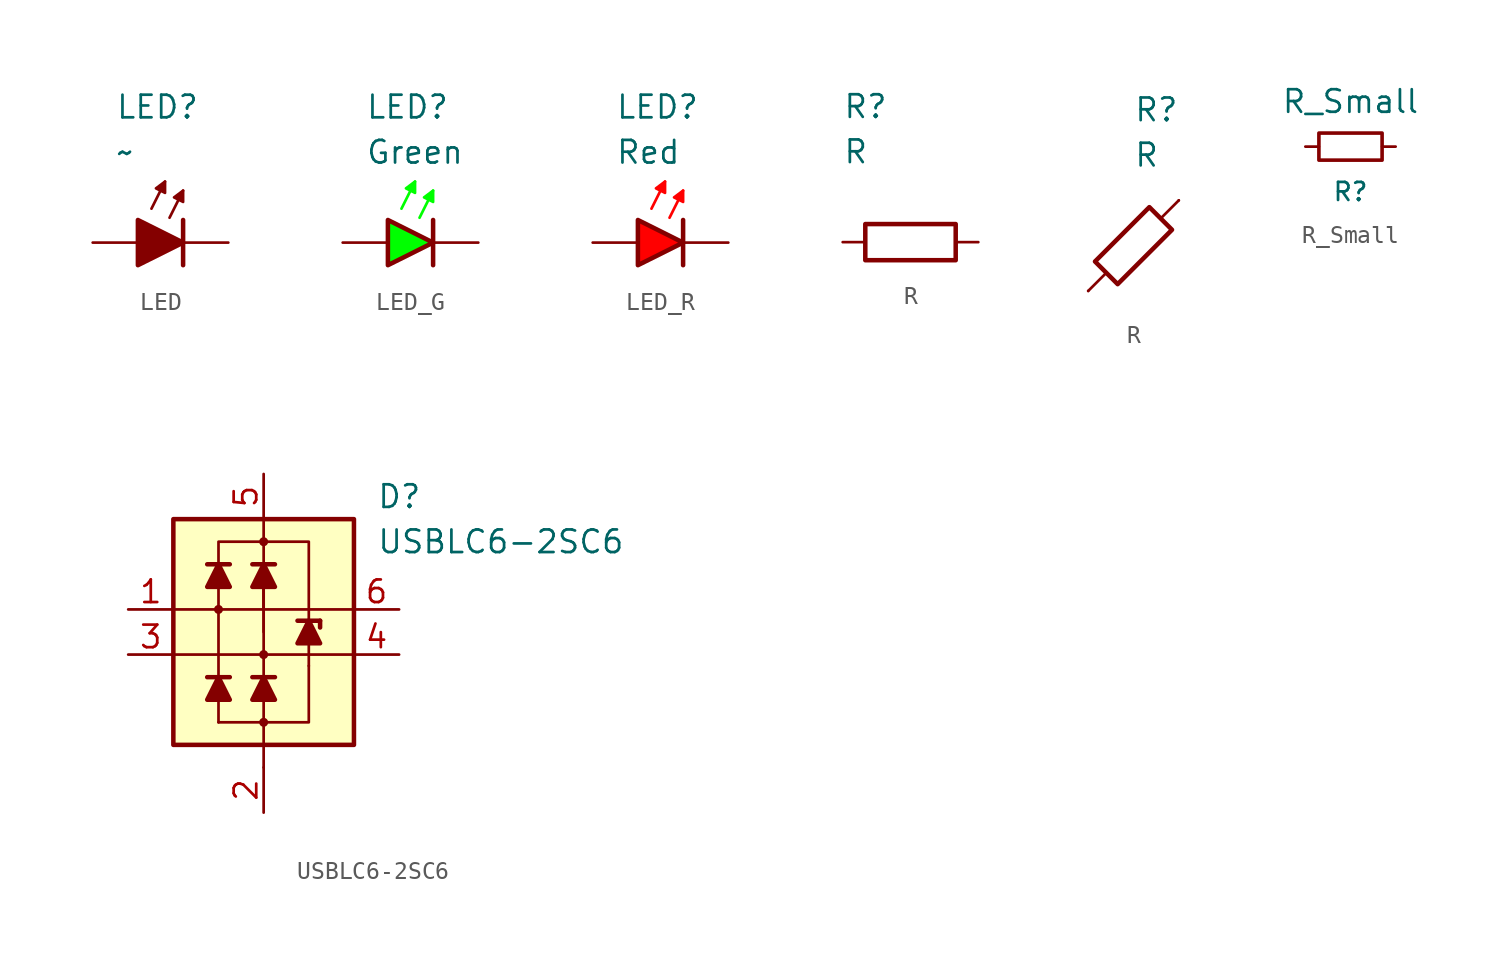
<source format=kicad_sym>
(kicad_symbol_lib
  (version 20241209)
  (generator "kicad_symbol_editor")
  (generator_version "9.0")
  (symbol "LED"
    (pin_numbers
      (hide yes))
    (pin_names
      (offset 1.016)
      (hide yes))
    (property "Reference" "LED"
      (at 1.27 7.62 0)
      (effects (font (size 1.27 1.27)) (justify left)))
    (property "Value" "~"
      (at 1.27 5.08 0)
      (effects (font (size 1.27 1.27)) (justify left)))
    (symbol "LED_0_1"
      (polyline (pts (xy 2.54 1.27) (xy 2.54 -1.27) (xy 5.08 0) (xy 2.54 1.27)) (stroke (width 0.254) (type default)) (fill (type outline)))
      (polyline (pts (xy 3.302 1.905) (xy 4.064 3.429)) (stroke (width 0.152) (type default)) (fill (type none)))
      (polyline (pts (xy 4.064 2.794) (xy 3.556 3.048) (xy 4.064 3.429) (xy 4.064 2.794)) (stroke (width 0) (type solid)) (fill (type outline)))
      (polyline (pts (xy 4.318 1.397) (xy 5.08 2.921)) (stroke (width 0.152) (type default)) (fill (type none)))
      (polyline (pts (xy 5.08 2.286) (xy 4.572 2.54) (xy 5.08 2.921) (xy 5.08 2.286)) (stroke (width 0.152) (type default)) (fill (type outline)))
      (polyline (pts (xy 5.08 1.27) (xy 5.08 -1.27)) (stroke (width 0.254) (type default)) (fill (type none))))
    (symbol "LED_1_1"
      (pin passive line (at 0 0 0) (length 2.54) (name "A" (effects (font (size 1.27 1.27)))) (number "2" (effects (font (size 1.27 1.27)))))
      (pin passive line (at 7.62 0 180) (length 2.54) (name "K" (effects (font (size 1.27 1.27)))) (number "1" (effects (font (size 1.27 1.27)))))))
  (symbol "LED_G"
    (pin_numbers
      (hide yes))
    (pin_names
      (offset 1.016)
      (hide yes))
    (property "Reference" "LED"
      (at 1.27 7.62 0)
      (effects (font (size 1.27 1.27)) (justify left)))
    (property "Value" "Green"
      (at 1.27 5.08 0)
      (effects (font (size 1.27 1.27)) (justify left)))
    (symbol "LED_G_0_1"
      (polyline (pts (xy 2.54 1.27) (xy 2.54 -1.27) (xy 5.08 0) (xy 2.54 1.27)) (stroke (width 0.254) (type default)) (fill (type color) (color 0 255 0 1)))
      (polyline (pts (xy 3.302 1.905) (xy 4.064 3.429)) (stroke (width 0.152) (type default) (color 0 255 0 1)) (fill (type none)))
      (polyline (pts (xy 4.064 2.794) (xy 3.556 3.048) (xy 4.064 3.429) (xy 4.064 2.794)) (stroke (width 0) (type solid) (color 0 255 0 1)) (fill (type outline)))
      (polyline (pts (xy 4.318 1.397) (xy 5.08 2.921)) (stroke (width 0.152) (type default) (color 0 255 0 1)) (fill (type none)))
      (polyline (pts (xy 5.08 2.286) (xy 4.572 2.54) (xy 5.08 2.921) (xy 5.08 2.286)) (stroke (width 0.152) (type default) (color 0 255 0 1)) (fill (type outline)))
      (polyline (pts (xy 5.08 1.27) (xy 5.08 -1.27)) (stroke (width 0.254) (type default)) (fill (type none))))
    (symbol "LED_G_1_1"
      (pin passive line (at 0 0 0) (length 2.54) (name "A" (effects (font (size 1.27 1.27)))) (number "2" (effects (font (size 1.27 1.27)))))
      (pin passive line (at 7.62 0 180) (length 2.54) (name "K" (effects (font (size 1.27 1.27)))) (number "1" (effects (font (size 1.27 1.27)))))))
  (symbol "LED_R"
    (pin_numbers
      (hide yes))
    (pin_names
      (offset 1.016)
      (hide yes))
    (property "Reference" "LED"
      (at 1.27 7.62 0)
      (effects (font (size 1.27 1.27)) (justify left)))
    (property "Value" "Red"
      (at 1.27 5.08 0)
      (effects (font (size 1.27 1.27)) (justify left)))
    (symbol "LED_R_0_1"
      (polyline (pts (xy 2.54 1.27) (xy 2.54 -1.27) (xy 5.08 0) (xy 2.54 1.27)) (stroke (width 0.254) (type default)) (fill (type color) (color 255 0 0 1)))
      (polyline (pts (xy 3.302 1.905) (xy 4.064 3.429)) (stroke (width 0.152) (type default) (color 255 0 0 1)) (fill (type none)))
      (polyline (pts (xy 4.064 2.794) (xy 3.556 3.048) (xy 4.064 3.429) (xy 4.064 2.794)) (stroke (width 0) (type solid) (color 255 0 0 1)) (fill (type outline)))
      (polyline (pts (xy 4.318 1.397) (xy 5.08 2.921)) (stroke (width 0.152) (type default) (color 255 0 0 1)) (fill (type none)))
      (polyline (pts (xy 5.08 2.286) (xy 4.572 2.54) (xy 5.08 2.921) (xy 5.08 2.286)) (stroke (width 0.152) (type default) (color 255 0 0 1)) (fill (type outline)))
      (polyline (pts (xy 5.08 1.27) (xy 5.08 -1.27)) (stroke (width 0.254) (type default)) (fill (type none))))
    (symbol "LED_R_1_1"
      (pin passive line (at 0 0 0) (length 2.54) (name "A" (effects (font (size 1.27 1.27)))) (number "2" (effects (font (size 1.27 1.27)))))
      (pin passive line (at 7.62 0 180) (length 2.54) (name "K" (effects (font (size 1.27 1.27)))) (number "1" (effects (font (size 1.27 1.27)))))))
  (symbol "R"
    (pin_numbers
      (hide yes))
    (pin_names
      (offset 0))
    (property "Reference" "R"
      (at 0 7.62 0)
      (effects (font (size 1.27 1.27)) (justify left)))
    (property "Value" "R"
      (at 0 5.08 0)
      (effects (font (size 1.27 1.27)) (justify left)))
    (symbol "R_0_1"
      (rectangle (start 1.27 -1.016) (end 6.35 1.016) (stroke (width 0.254) (type default)) (fill (type none))))
    (symbol "R_0_2"
      (polyline (pts (xy -2.54 -2.54) (xy -1.524 -1.524)) (stroke (width 0) (type default)) (fill (type none)))
      (polyline (pts (xy 1.524 1.524) (xy 2.54 2.54)) (stroke (width 0) (type default)) (fill (type none)))
      (polyline (pts (xy 1.524 1.524) (xy 0.889 2.159) (xy -2.159 -0.889) (xy -0.889 -2.159) (xy 2.159 0.889) (xy 1.524 1.524)) (stroke (width 0.254) (type default)) (fill (type none))))
    (symbol "R_1_1"
      (pin passive line (at 0 0 0) (length 1.27) (name "~" (effects (font (size 1.27 1.27)))) (number "1" (effects (font (size 1.27 1.27)))))
      (pin passive line (at 7.62 0 180) (length 1.27) (name "~" (effects (font (size 1.27 1.27)))) (number "2" (effects (font (size 1.27 1.27))))))
    (symbol "R_1_2"
      (pin passive line (at -2.54 -2.54 0) (length 0) (name "" (effects (font (size 1.27 1.27)))) (number "2" (effects (font (size 1.27 1.27)))))
      (pin passive line (at 2.54 2.54 180) (length 0) (name "" (effects (font (size 1.27 1.27)))) (number "1" (effects (font (size 1.27 1.27)))))))
  (symbol "R_Small"
    (pin_numbers
      (hide yes))
    (pin_names
      (offset 0.254)
      (hide yes))
    (property "Reference" "R"
      (at 2.54 -2.54 0)
      (effects (font (size 1.016 1.016))))
    (property "Value" "R_Small"
      (at 2.54 2.54 0)
      (effects (font (size 1.27 1.27))))
    (symbol "R_Small_0_1"
      (rectangle (start 0.762 -0.762) (end 4.318 0.762) (stroke (width 0.203) (type default)) (fill (type none))))
    (symbol "R_Small_1_1"
      (pin passive line (at 0 0 0) (length 0.762) (name "~" (effects (font (size 1.27 1.27)))) (number "1" (effects (font (size 1.27 1.27)))))
      (pin passive line (at 5.08 0 180) (length 0.762) (name "~" (effects (font (size 1.27 1.27)))) (number "2" (effects (font (size 1.27 1.27)))))))
  (symbol "USBLC6-2SC6"
    (pin_names
      (offset 1.016)
      (hide yes))
    (property "Reference" "D"
      (at 11.43 13.97 0)
      (effects (font (size 1.27 1.27)) (justify left)))
    (property "Value" "USBLC6-2SC6"
      (at 11.43 11.43 0)
      (effects (font (size 1.27 1.27)) (justify left)))
    (symbol "USBLC6-2SC6_0_1"
      (rectangle (start 0 12.7) (end 10.16 0) (stroke (width 0.254) (type default)) (fill (type background)))
      (polyline (pts (xy 0 7.62) (xy 10.16 7.62)) (stroke (width 0) (type default)) (fill (type none)))
      (polyline (pts (xy 0 5.08) (xy 10.16 5.08)) (stroke (width 0) (type default)) (fill (type none)))
      (polyline (pts (xy 2.54 10.16) (xy 3.175 8.89) (xy 1.905 8.89) (xy 2.54 10.16)) (stroke (width 0.254) (type default)) (fill (type outline)))
      (polyline (pts (xy 2.54 3.81) (xy 3.175 2.54) (xy 1.905 2.54) (xy 2.54 3.81)) (stroke (width 0.254) (type default)) (fill (type outline)))
      (polyline (pts (xy 2.54 1.27) (xy 2.54 8.89)) (stroke (width 0) (type default)) (fill (type none)))
      (polyline (pts (xy 2.54 1.27) (xy 2.54 1.27) (xy 7.62 1.27) (xy 7.62 4.445)) (stroke (width 0) (type default)) (fill (type none)))
      (polyline (pts (xy 3.175 10.16) (xy 1.905 10.16)) (stroke (width 0.254) (type default)) (fill (type none)))
      (polyline (pts (xy 3.175 3.81) (xy 1.905 3.81)) (stroke (width 0.254) (type default)) (fill (type none)))
      (polyline (pts (xy 5.08 12.7) (xy 5.08 11.43)) (stroke (width 0) (type default)) (fill (type none)))
      (polyline (pts (xy 5.08 10.16) (xy 5.08 11.43)) (stroke (width 0) (type default)) (fill (type none)))
      (polyline (pts (xy 5.08 10.16) (xy 5.715 8.89) (xy 4.445 8.89) (xy 5.08 10.16)) (stroke (width 0.254) (type default)) (fill (type outline)))
      (polyline (pts (xy 5.08 8.89) (xy 5.08 3.81)) (stroke (width 0) (type default)) (fill (type none)))
      (polyline (pts (xy 5.08 6.35) (xy 5.08 8.89)) (stroke (width 0) (type default)) (fill (type none)))
      (polyline (pts (xy 5.08 3.81) (xy 5.715 2.54) (xy 4.445 2.54) (xy 5.08 3.81)) (stroke (width 0.254) (type default)) (fill (type outline)))
      (polyline (pts (xy 5.08 0) (xy 5.08 1.27)) (stroke (width 0) (type default)) (fill (type none)))
      (polyline (pts (xy 5.08 -1.27) (xy 5.08 0)) (stroke (width 0) (type default)) (fill (type none)))
      (polyline (pts (xy 5.715 10.16) (xy 4.445 10.16)) (stroke (width 0.254) (type default)) (fill (type none)))
      (polyline (pts (xy 5.715 3.81) (xy 4.445 3.81)) (stroke (width 0.254) (type default)) (fill (type none)))
      (polyline (pts (xy 7.62 6.985) (xy 7.62 11.43) (xy 2.54 11.43) (xy 2.54 10.16)) (stroke (width 0) (type default)) (fill (type none)))
      (polyline (pts (xy 7.62 6.985) (xy 8.255 5.715) (xy 6.985 5.715) (xy 7.62 6.985)) (stroke (width 0.254) (type default)) (fill (type outline)))
      (polyline (pts (xy 8.255 6.985) (xy 6.985 6.985)) (stroke (width 0.254) (type default)) (fill (type none))))
    (symbol "USBLC6-2SC6_1_1"
      (circle (center 2.54 7.62) (radius 0.178) (stroke (width 0) (type default)) (fill (type outline)))
      (circle (center 5.08 11.43) (radius 0.178) (stroke (width 0) (type default)) (fill (type outline)))
      (polyline (pts (xy 5.08 7.62) (xy 5.08 10.16)) (stroke (width 0) (type default)) (fill (type none)))
      (circle (center 5.08 5.08) (radius 0.178) (stroke (width 0) (type default)) (fill (type outline)))
      (polyline (pts (xy 5.08 1.27) (xy 5.08 3.81)) (stroke (width 0) (type default)) (fill (type none)))
      (circle (center 5.08 1.27) (radius 0.178) (stroke (width 0) (type default)) (fill (type outline)))
      (polyline (pts (xy 7.62 4.445) (xy 7.62 6.985)) (stroke (width 0) (type default)) (fill (type none)))
      (polyline (pts (xy 8.255 6.985) (xy 8.255 6.604)) (stroke (width 0.254) (type default)) (fill (type none)))
      (pin passive line (at -2.54 7.62 0) (length 2.54) (name "L1" (effects (font (size 1.27 1.27)))) (number "1" (effects (font (size 1.27 1.27)))))
      (pin passive line (at -2.54 5.08 0) (length 2.54) (name "L2" (effects (font (size 1.27 1.27)))) (number "3" (effects (font (size 1.27 1.27)))))
      (pin passive line (at 5.08 15.24 270) (length 2.54) (name "VP" (effects (font (size 1.27 1.27)))) (number "5" (effects (font (size 1.27 1.27)))))
      (pin passive line (at 5.08 -3.81 90) (length 2.54) (name "VN" (effects (font (size 1.27 1.27)))) (number "2" (effects (font (size 1.27 1.27)))))
      (pin passive line (at 12.7 7.62 180) (length 2.54) (name "L1" (effects (font (size 1.27 1.27)))) (number "6" (effects (font (size 1.27 1.27)))))
      (pin passive line (at 12.7 5.08 180) (length 2.54) (name "L2" (effects (font (size 1.27 1.27)))) (number "4" (effects (font (size 1.27 1.27))))))))
</source>
